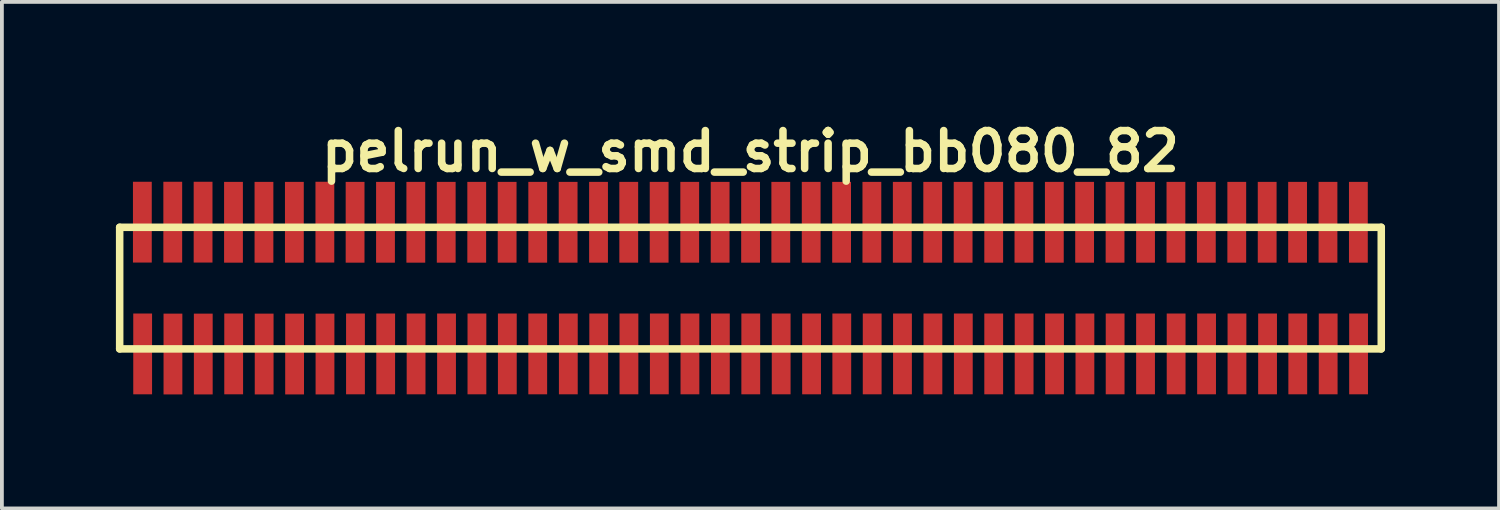
<source format=kicad_pcb>
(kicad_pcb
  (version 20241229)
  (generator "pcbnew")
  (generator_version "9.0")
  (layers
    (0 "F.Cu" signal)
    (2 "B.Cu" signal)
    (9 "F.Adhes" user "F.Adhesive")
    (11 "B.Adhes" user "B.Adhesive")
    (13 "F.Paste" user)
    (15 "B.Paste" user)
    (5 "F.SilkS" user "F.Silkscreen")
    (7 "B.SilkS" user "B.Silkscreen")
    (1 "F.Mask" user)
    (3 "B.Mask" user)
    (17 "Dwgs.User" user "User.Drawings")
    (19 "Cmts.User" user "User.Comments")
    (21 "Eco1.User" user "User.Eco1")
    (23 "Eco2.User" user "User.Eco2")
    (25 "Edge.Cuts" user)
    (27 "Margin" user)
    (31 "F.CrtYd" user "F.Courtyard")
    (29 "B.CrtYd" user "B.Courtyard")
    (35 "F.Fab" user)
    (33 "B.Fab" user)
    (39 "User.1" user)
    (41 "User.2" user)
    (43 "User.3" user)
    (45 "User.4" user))
  (footprint "pelrun_w_smd_strip_bb080_82"
    (layer "F.Cu")
    (at 16.698 4.531)
    (property "Reference" "pelrun_w_smd_strip_bb080_82" (at 0 -3.599 0) (layer "F.SilkS") (effects (font (size 0.998 0.998) (thickness 0.198))))
    (attr through_hole)
    (fp_line (start -16.599 -1.6) (end -16.599 1.6) (stroke (width 0.198) (type solid)) (layer "F.SilkS"))
    (fp_line (start -16.599 1.6) (end 16.599 1.6) (stroke (width 0.198) (type solid)) (layer "F.SilkS"))
    (fp_line (start 16.599 -1.6) (end -16.599 -1.6) (stroke (width 0.198) (type solid)) (layer "F.SilkS"))
    (fp_line (start 16.599 1.6) (end 16.599 -1.6) (stroke (width 0.198) (type solid)) (layer "F.SilkS"))
    (pad "1" smd rect (at -15.994 1.732) (size 0.495 2.126) (layers "F.Cu" "F.Mask" "F.Paste"))
    (pad "2" smd rect (at -16.002 -1.735) (size 0.495 2.126) (layers "F.Cu" "F.Mask" "F.Paste"))
    (pad "3" smd rect (at -15.197 1.735) (size 0.495 2.126) (layers "F.Cu" "F.Mask" "F.Paste"))
    (pad "4" smd rect (at -15.202 -1.735) (size 0.495 2.126) (layers "F.Cu" "F.Mask" "F.Paste"))
    (pad "5" smd rect (at -14.399 1.735) (size 0.495 2.126) (layers "F.Cu" "F.Mask" "F.Paste"))
    (pad "6" smd rect (at -14.404 -1.735) (size 0.495 2.126) (layers "F.Cu" "F.Mask" "F.Paste"))
    (pad "7" smd rect (at -13.599 1.732) (size 0.495 2.126) (layers "F.Cu" "F.Mask" "F.Paste"))
    (pad "8" smd rect (at -13.604 -1.732) (size 0.495 2.126) (layers "F.Cu" "F.Mask" "F.Paste"))
    (pad "9" smd rect (at -12.797 1.735) (size 0.495 2.126) (layers "F.Cu" "F.Mask" "F.Paste"))
    (pad "10" smd rect (at -12.802 -1.732) (size 0.495 2.126) (layers "F.Cu" "F.Mask" "F.Paste"))
    (pad "11" smd rect (at -11.996 1.735) (size 0.495 2.126) (layers "F.Cu" "F.Mask" "F.Paste"))
    (pad "12" smd rect (at -12.002 -1.732) (size 0.495 2.126) (layers "F.Cu" "F.Mask" "F.Paste"))
    (pad "13" smd rect (at -11.196 1.735) (size 0.495 2.126) (layers "F.Cu" "F.Mask" "F.Paste"))
    (pad "14" smd rect (at -11.199 -1.735) (size 0.495 2.126) (layers "F.Cu" "F.Mask" "F.Paste"))
    (pad "15" smd rect (at -10.394 1.732) (size 0.495 2.126) (layers "F.Cu" "F.Mask" "F.Paste"))
    (pad "16" smd rect (at -10.404 -1.732) (size 0.495 2.126) (layers "F.Cu" "F.Mask" "F.Paste"))
    (pad "17" smd rect (at -9.599 1.732) (size 0.495 2.126) (layers "F.Cu" "F.Mask" "F.Paste"))
    (pad "18" smd rect (at -9.604 -1.732) (size 0.495 2.126) (layers "F.Cu" "F.Mask" "F.Paste"))
    (pad "19" smd rect (at -8.799 1.732) (size 0.495 2.126) (layers "F.Cu" "F.Mask" "F.Paste"))
    (pad "20" smd rect (at -8.806 -1.732) (size 0.495 2.126) (layers "F.Cu" "F.Mask" "F.Paste"))
    (pad "21" smd rect (at -7.998 1.732) (size 0.495 2.126) (layers "F.Cu" "F.Mask" "F.Paste"))
    (pad "22" smd rect (at -8.006 -1.732) (size 0.495 2.126) (layers "F.Cu" "F.Mask" "F.Paste"))
    (pad "23" smd rect (at -7.198 1.732) (size 0.495 2.126) (layers "F.Cu" "F.Mask" "F.Paste"))
    (pad "24" smd rect (at -7.203 -1.732) (size 0.495 2.126) (layers "F.Cu" "F.Mask" "F.Paste"))
    (pad "25" smd rect (at -6.398 1.732) (size 0.495 2.126) (layers "F.Cu" "F.Mask" "F.Paste"))
    (pad "26" smd rect (at -6.403 -1.732) (size 0.495 2.126) (layers "F.Cu" "F.Mask" "F.Paste"))
    (pad "27" smd rect (at -5.598 1.732) (size 0.495 2.126) (layers "F.Cu" "F.Mask" "F.Paste"))
    (pad "28" smd rect (at -5.598 -1.732) (size 0.495 2.126) (layers "F.Cu" "F.Mask" "F.Paste"))
    (pad "29" smd rect (at -4.793 1.732) (size 0.495 2.126) (layers "F.Cu" "F.Mask" "F.Paste"))
    (pad "30" smd rect (at -4.798 -1.732) (size 0.495 2.126) (layers "F.Cu" "F.Mask" "F.Paste"))
    (pad "31" smd rect (at -3.993 1.732) (size 0.495 2.126) (layers "F.Cu" "F.Mask" "F.Paste"))
    (pad "32" smd rect (at -3.998 -1.732) (size 0.495 2.126) (layers "F.Cu" "F.Mask" "F.Paste"))
    (pad "33" smd rect (at -3.198 1.732) (size 0.495 2.126) (layers "F.Cu" "F.Mask" "F.Paste"))
    (pad "34" smd rect (at -3.203 -1.732) (size 0.495 2.126) (layers "F.Cu" "F.Mask" "F.Paste"))
    (pad "35" smd rect (at -2.398 1.732) (size 0.495 2.126) (layers "F.Cu" "F.Mask" "F.Paste"))
    (pad "36" smd rect (at -2.403 -1.732) (size 0.495 2.126) (layers "F.Cu" "F.Mask" "F.Paste"))
    (pad "37" smd rect (at -1.593 1.732) (size 0.495 2.126) (layers "F.Cu" "F.Mask" "F.Paste"))
    (pad "38" smd rect (at -1.598 -1.732) (size 0.495 2.126) (layers "F.Cu" "F.Mask" "F.Paste"))
    (pad "39" smd rect (at -0.792 1.732) (size 0.495 2.126) (layers "F.Cu" "F.Mask" "F.Paste"))
    (pad "40" smd rect (at -0.798 -1.732) (size 0.495 2.126) (layers "F.Cu" "F.Mask" "F.Paste"))
    (pad "41" smd rect (at 0.008 1.732) (size 0.495 2.126) (layers "F.Cu" "F.Mask" "F.Paste"))
    (pad "42" smd rect (at 0.003 -1.732) (size 0.495 2.126) (layers "F.Cu" "F.Mask" "F.Paste"))
    (pad "43" smd rect (at 0.808 1.732) (size 0.495 2.126) (layers "F.Cu" "F.Mask" "F.Paste"))
    (pad "44" smd rect (at 0.798 -1.732) (size 0.495 2.126) (layers "F.Cu" "F.Mask" "F.Paste"))
    (pad "45" smd rect (at 1.608 1.732) (size 0.495 2.126) (layers "F.Cu" "F.Mask" "F.Paste"))
    (pad "46" smd rect (at 1.598 -1.732) (size 0.495 2.126) (layers "F.Cu" "F.Mask" "F.Paste"))
    (pad "47" smd rect (at 2.403 1.732) (size 0.495 2.126) (layers "F.Cu" "F.Mask" "F.Paste"))
    (pad "48" smd rect (at 2.398 -1.732) (size 0.495 2.126) (layers "F.Cu" "F.Mask" "F.Paste"))
    (pad "49" smd rect (at 3.203 1.732) (size 0.495 2.126) (layers "F.Cu" "F.Mask" "F.Paste"))
    (pad "50" smd rect (at 3.195 -1.732) (size 0.495 2.126) (layers "F.Cu" "F.Mask" "F.Paste"))
    (pad "51" smd rect (at 4 1.732) (size 0.495 2.126) (layers "F.Cu" "F.Mask" "F.Paste"))
    (pad "52" smd rect (at 3.995 -1.732) (size 0.495 2.126) (layers "F.Cu" "F.Mask" "F.Paste"))
    (pad "53" smd rect (at 4.801 1.732) (size 0.495 2.126) (layers "F.Cu" "F.Mask" "F.Paste"))
    (pad "54" smd rect (at 4.796 -1.732) (size 0.495 2.126) (layers "F.Cu" "F.Mask" "F.Paste"))
    (pad "55" smd rect (at 5.601 1.732) (size 0.495 2.126) (layers "F.Cu" "F.Mask" "F.Paste"))
    (pad "56" smd rect (at 5.596 -1.732) (size 0.495 2.126) (layers "F.Cu" "F.Mask" "F.Paste"))
    (pad "57" smd rect (at 6.401 1.732) (size 0.495 2.126) (layers "F.Cu" "F.Mask" "F.Paste"))
    (pad "58" smd rect (at 6.401 -1.732) (size 0.495 2.126) (layers "F.Cu" "F.Mask" "F.Paste"))
    (pad "59" smd rect (at 7.201 1.732) (size 0.495 2.126) (layers "F.Cu" "F.Mask" "F.Paste"))
    (pad "60" smd rect (at 7.196 -1.732) (size 0.495 2.126) (layers "F.Cu" "F.Mask" "F.Paste"))
    (pad "61" smd rect (at 8.001 1.732) (size 0.495 2.126) (layers "F.Cu" "F.Mask" "F.Paste"))
    (pad "62" smd rect (at 7.996 -1.732) (size 0.495 2.126) (layers "F.Cu" "F.Mask" "F.Paste"))
    (pad "63" smd rect (at 8.801 1.732) (size 0.495 2.126) (layers "F.Cu" "F.Mask" "F.Paste"))
    (pad "64" smd rect (at 8.793 -1.732) (size 0.495 2.126) (layers "F.Cu" "F.Mask" "F.Paste"))
    (pad "65" smd rect (at 9.596 1.732) (size 0.495 2.126) (layers "F.Cu" "F.Mask" "F.Paste"))
    (pad "66" smd rect (at 9.594 -1.732) (size 0.495 2.126) (layers "F.Cu" "F.Mask" "F.Paste"))
    (pad "67" smd rect (at 10.396 1.732) (size 0.495 2.126) (layers "F.Cu" "F.Mask" "F.Paste"))
    (pad "68" smd rect (at 10.396 -1.732) (size 0.495 2.126) (layers "F.Cu" "F.Mask" "F.Paste"))
    (pad "69" smd rect (at 11.201 1.732) (size 0.495 2.126) (layers "F.Cu" "F.Mask" "F.Paste"))
    (pad "70" smd rect (at 11.196 -1.732) (size 0.495 2.126) (layers "F.Cu" "F.Mask" "F.Paste"))
    (pad "71" smd rect (at 12.002 1.732) (size 0.495 2.126) (layers "F.Cu" "F.Mask" "F.Paste"))
    (pad "72" smd rect (at 11.996 -1.732) (size 0.495 2.126) (layers "F.Cu" "F.Mask" "F.Paste"))
    (pad "73" smd rect (at 12.802 1.732) (size 0.495 2.126) (layers "F.Cu" "F.Mask" "F.Paste"))
    (pad "74" smd rect (at 12.797 -1.732) (size 0.495 2.126) (layers "F.Cu" "F.Mask" "F.Paste"))
    (pad "75" smd rect (at 13.607 1.732) (size 0.495 2.126) (layers "F.Cu" "F.Mask" "F.Paste"))
    (pad "76" smd rect (at 13.597 -1.732) (size 0.495 2.126) (layers "F.Cu" "F.Mask" "F.Paste"))
    (pad "77" smd rect (at 14.402 1.732) (size 0.495 2.126) (layers "F.Cu" "F.Mask" "F.Paste"))
    (pad "78" smd rect (at 14.397 -1.732) (size 0.495 2.126) (layers "F.Cu" "F.Mask" "F.Paste"))
    (pad "79" smd rect (at 15.202 1.732) (size 0.495 2.126) (layers "F.Cu" "F.Mask" "F.Paste"))
    (pad "80" smd rect (at 15.197 -1.732) (size 0.495 2.126) (layers "F.Cu" "F.Mask" "F.Paste"))
    (pad "81" smd rect (at 16.002 1.732) (size 0.495 2.126) (layers "F.Cu" "F.Mask" "F.Paste"))
    (pad "82" smd rect (at 15.997 -1.732) (size 0.495 2.126) (layers "F.Cu" "F.Mask" "F.Paste")))
  (gr_rect
    (start -3 -3)
    (end 36.396 10.329)
    (stroke (width 0.1) (type default))
    (fill no)
    (layer "Edge.Cuts")))
</source>
